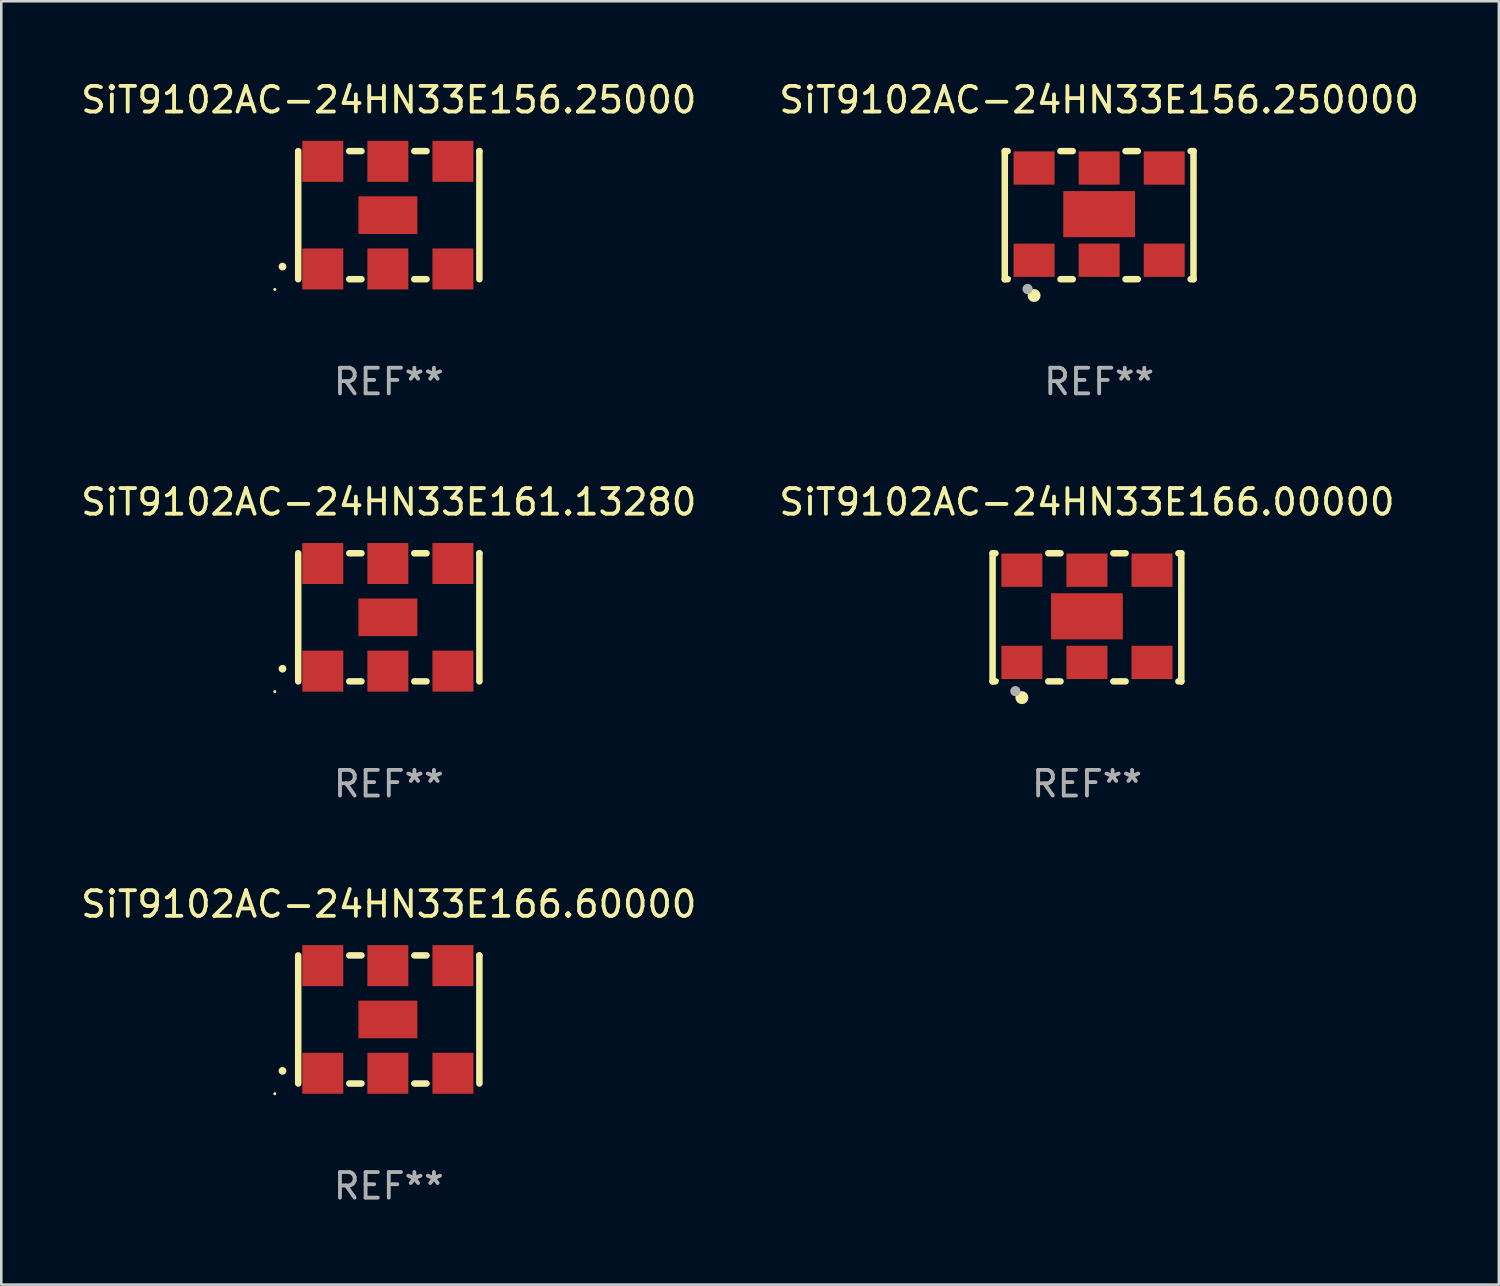
<source format=kicad_pcb>
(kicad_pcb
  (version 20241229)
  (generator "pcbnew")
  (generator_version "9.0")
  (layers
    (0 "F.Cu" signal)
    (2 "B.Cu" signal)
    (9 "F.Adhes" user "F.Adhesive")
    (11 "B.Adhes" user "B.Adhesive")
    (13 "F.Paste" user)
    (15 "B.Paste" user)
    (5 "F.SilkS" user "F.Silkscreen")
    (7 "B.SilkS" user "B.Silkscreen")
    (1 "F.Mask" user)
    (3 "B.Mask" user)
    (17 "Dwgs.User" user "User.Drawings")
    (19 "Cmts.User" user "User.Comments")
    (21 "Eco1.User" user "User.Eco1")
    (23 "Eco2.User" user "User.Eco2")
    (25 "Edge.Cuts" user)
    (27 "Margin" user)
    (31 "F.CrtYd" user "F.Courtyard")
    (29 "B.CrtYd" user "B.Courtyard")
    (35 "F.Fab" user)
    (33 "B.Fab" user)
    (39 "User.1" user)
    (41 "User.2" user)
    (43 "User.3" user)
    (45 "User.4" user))
  (footprint "SiT9102AC-24HN33E156.250000"
    (layer "F.Cu")
    (at 39.851 5.348)
    (property "Reference" "SiT9102AC-24HN33E156.250000" (at 0 -4.5 0) (layer "F.SilkS") (effects (font (size 1 1) (thickness 0.15))))
    (attr through_hole)
    (fp_line (start -3.683 -2.5) (end -3.571 -2.5) (stroke (width 0.254) (type solid)) (layer "F.SilkS"))
    (fp_line (start -3.683 2.5) (end -3.683 -2.5) (stroke (width 0.254) (type solid)) (layer "F.SilkS"))
    (fp_line (start -3.683 2.5) (end -3.571 2.5) (stroke (width 0.254) (type solid)) (layer "F.SilkS"))
    (fp_line (start -1.509 -2.5) (end -1.031 -2.5) (stroke (width 0.254) (type solid)) (layer "F.SilkS"))
    (fp_line (start -1.509 2.5) (end -1.031 2.5) (stroke (width 0.254) (type solid)) (layer "F.SilkS"))
    (fp_line (start 1.031 -2.5) (end 1.509 -2.5) (stroke (width 0.254) (type solid)) (layer "F.SilkS"))
    (fp_line (start 1.031 2.5) (end 1.509 2.5) (stroke (width 0.254) (type solid)) (layer "F.SilkS"))
    (fp_line (start 3.571 -2.5) (end 3.683 -2.5) (stroke (width 0.254) (type solid)) (layer "F.SilkS"))
    (fp_line (start 3.571 2.5) (end 3.683 2.5) (stroke (width 0.254) (type solid)) (layer "F.SilkS"))
    (fp_line (start 3.683 2.5) (end 3.683 -2.5) (stroke (width 0.254) (type solid)) (layer "F.SilkS"))
    (fp_circle (center -3.5 2.46) (end -3.47 2.46) (stroke (width 0.06) (type solid)) (fill no) (layer "F.SilkS"))
    (fp_circle (center -2.54 3.135) (end -2.413 3.135) (stroke (width 0.254) (type solid)) (fill no) (layer "F.SilkS"))
    (fp_circle (center -2.794 2.881) (end -2.694 2.881) (stroke (width 0.2) (type solid)) (fill no) (layer "F.Fab"))
    (fp_text user "REF**" (at 0 6.5 0) (layer "F.Fab") (effects (font (size 1 1) (thickness 0.15))))
    (pad "1" smd rect (at -2.54 1.76) (size 1.6 1.3) (layers "F.Cu" "F.Mask" "F.Paste"))
    (pad "2" smd rect (at 0 1.76) (size 1.6 1.3) (layers "F.Cu" "F.Mask" "F.Paste"))
    (pad "3" smd rect (at 2.54 1.76) (size 1.6 1.3) (layers "F.Cu" "F.Mask" "F.Paste"))
    (pad "4" smd rect (at 2.54 -1.84) (size 1.6 1.3) (layers "F.Cu" "F.Mask" "F.Paste"))
    (pad "5" smd rect (at 0 -1.84) (size 1.6 1.3) (layers "F.Cu" "F.Mask" "F.Paste"))
    (pad "6" smd rect (at -2.54 -1.84) (size 1.6 1.3) (layers "F.Cu" "F.Mask" "F.Paste"))
    (pad "7" smd rect (at 0 -0.04) (size 2.8 1.8) (layers "F.Cu" "F.Mask" "F.Paste")))
  (footprint "SiT9102AC-24HN33E161.13280"
    (layer "F.Cu")
    (at 12.125 21.045)
    (property "Reference" "SiT9102AC-24HN33E161.13280" (at 0 -4.5 0) (layer "F.SilkS") (effects (font (size 1 1) (thickness 0.15))))
    (attr through_hole)
    (fp_line (start -3.536 -2.5) (end -3.536 2.5) (stroke (width 0.254) (type solid)) (layer "F.SilkS"))
    (fp_line (start -1.544 2.5) (end -1.067 2.5) (stroke (width 0.254) (type solid)) (layer "F.SilkS"))
    (fp_line (start -1.067 -2.5) (end -1.544 -2.5) (stroke (width 0.254) (type solid)) (layer "F.SilkS"))
    (fp_line (start 0.996 2.5) (end 1.473 2.5) (stroke (width 0.254) (type solid)) (layer "F.SilkS"))
    (fp_line (start 1.473 -2.5) (end 0.996 -2.5) (stroke (width 0.254) (type solid)) (layer "F.SilkS"))
    (fp_line (start 3.536 -2.5) (end 3.536 -2.5) (stroke (width 0.254) (type solid)) (layer "F.SilkS"))
    (fp_line (start 3.536 2.5) (end 3.536 -2.5) (stroke (width 0.254) (type solid)) (layer "F.SilkS"))
    (fp_arc (start -4.150432 2.006604) (mid -4.149162 2.006599) (end -4.147892 2.006604) (stroke (width 0.3) (type solid)) (layer "F.SilkS"))
    (fp_circle (center -4.449 2.9) (end -4.419 2.9) (stroke (width 0.06) (type solid)) (fill no) (layer "F.SilkS"))
    (fp_text user "REF**" (at 0 6.5 0) (layer "F.Fab") (effects (font (size 1 1) (thickness 0.15))))
    (pad "1" smd rect (at -2.576 2.1) (size 1.6 1.6) (layers "F.Cu" "F.Mask" "F.Paste"))
    (pad "2" smd rect (at -0.036 2.1) (size 1.6 1.6) (layers "F.Cu" "F.Mask" "F.Paste"))
    (pad "3" smd rect (at 2.504 2.1) (size 1.6 1.6) (layers "F.Cu" "F.Mask" "F.Paste"))
    (pad "4" smd rect (at 2.504 -2.1) (size 1.6 1.6) (layers "F.Cu" "F.Mask" "F.Paste"))
    (pad "5" smd rect (at -0.036 -2.1) (size 1.6 1.6) (layers "F.Cu" "F.Mask" "F.Paste"))
    (pad "6" smd rect (at -2.576 -2.1) (size 1.6 1.6) (layers "F.Cu" "F.Mask" "F.Paste"))
    (pad "7" smd rect (at -0.036 0) (size 2.3 1.47) (layers "F.Cu" "F.Mask" "F.Paste")))
  (footprint "SiT9102AC-24HN33E166.00000"
    (layer "F.Cu")
    (at 39.375 21.045)
    (property "Reference" "SiT9102AC-24HN33E166.00000" (at 0 -4.5 0) (layer "F.SilkS") (effects (font (size 1 1) (thickness 0.15))))
    (attr through_hole)
    (fp_line (start -3.683 -2.5) (end -3.571 -2.5) (stroke (width 0.254) (type solid)) (layer "F.SilkS"))
    (fp_line (start -3.683 2.5) (end -3.683 -2.5) (stroke (width 0.254) (type solid)) (layer "F.SilkS"))
    (fp_line (start -3.683 2.5) (end -3.571 2.5) (stroke (width 0.254) (type solid)) (layer "F.SilkS"))
    (fp_line (start -1.509 -2.5) (end -1.031 -2.5) (stroke (width 0.254) (type solid)) (layer "F.SilkS"))
    (fp_line (start -1.509 2.5) (end -1.031 2.5) (stroke (width 0.254) (type solid)) (layer "F.SilkS"))
    (fp_line (start 1.031 -2.5) (end 1.509 -2.5) (stroke (width 0.254) (type solid)) (layer "F.SilkS"))
    (fp_line (start 1.031 2.5) (end 1.509 2.5) (stroke (width 0.254) (type solid)) (layer "F.SilkS"))
    (fp_line (start 3.571 -2.5) (end 3.683 -2.5) (stroke (width 0.254) (type solid)) (layer "F.SilkS"))
    (fp_line (start 3.571 2.5) (end 3.683 2.5) (stroke (width 0.254) (type solid)) (layer "F.SilkS"))
    (fp_line (start 3.683 2.5) (end 3.683 -2.5) (stroke (width 0.254) (type solid)) (layer "F.SilkS"))
    (fp_circle (center -3.5 2.46) (end -3.47 2.46) (stroke (width 0.06) (type solid)) (fill no) (layer "F.SilkS"))
    (fp_circle (center -2.54 3.135) (end -2.413 3.135) (stroke (width 0.254) (type solid)) (fill no) (layer "F.SilkS"))
    (fp_circle (center -2.794 2.881) (end -2.694 2.881) (stroke (width 0.2) (type solid)) (fill no) (layer "F.Fab"))
    (fp_text user "REF**" (at 0 6.5 0) (layer "F.Fab") (effects (font (size 1 1) (thickness 0.15))))
    (pad "1" smd rect (at -2.54 1.76) (size 1.6 1.3) (layers "F.Cu" "F.Mask" "F.Paste"))
    (pad "2" smd rect (at 0 1.76) (size 1.6 1.3) (layers "F.Cu" "F.Mask" "F.Paste"))
    (pad "3" smd rect (at 2.54 1.76) (size 1.6 1.3) (layers "F.Cu" "F.Mask" "F.Paste"))
    (pad "4" smd rect (at 2.54 -1.84) (size 1.6 1.3) (layers "F.Cu" "F.Mask" "F.Paste"))
    (pad "5" smd rect (at 0 -1.84) (size 1.6 1.3) (layers "F.Cu" "F.Mask" "F.Paste"))
    (pad "6" smd rect (at -2.54 -1.84) (size 1.6 1.3) (layers "F.Cu" "F.Mask" "F.Paste"))
    (pad "7" smd rect (at 0 -0.04) (size 2.8 1.8) (layers "F.Cu" "F.Mask" "F.Paste")))
  (footprint "SiT9102AC-24HN33E156.25000"
    (layer "F.Cu")
    (at 12.125 5.348)
    (property "Reference" "SiT9102AC-24HN33E156.25000" (at 0 -4.5 0) (layer "F.SilkS") (effects (font (size 1 1) (thickness 0.15))))
    (attr through_hole)
    (fp_line (start -3.536 -2.5) (end -3.536 2.5) (stroke (width 0.254) (type solid)) (layer "F.SilkS"))
    (fp_line (start -1.544 2.5) (end -1.067 2.5) (stroke (width 0.254) (type solid)) (layer "F.SilkS"))
    (fp_line (start -1.067 -2.5) (end -1.544 -2.5) (stroke (width 0.254) (type solid)) (layer "F.SilkS"))
    (fp_line (start 0.996 2.5) (end 1.473 2.5) (stroke (width 0.254) (type solid)) (layer "F.SilkS"))
    (fp_line (start 1.473 -2.5) (end 0.996 -2.5) (stroke (width 0.254) (type solid)) (layer "F.SilkS"))
    (fp_line (start 3.536 -2.5) (end 3.536 -2.5) (stroke (width 0.254) (type solid)) (layer "F.SilkS"))
    (fp_line (start 3.536 2.5) (end 3.536 -2.5) (stroke (width 0.254) (type solid)) (layer "F.SilkS"))
    (fp_arc (start -4.150432 2.006604) (mid -4.149162 2.006599) (end -4.147892 2.006604) (stroke (width 0.3) (type solid)) (layer "F.SilkS"))
    (fp_circle (center -4.449 2.9) (end -4.419 2.9) (stroke (width 0.06) (type solid)) (fill no) (layer "F.SilkS"))
    (fp_text user "REF**" (at 0 6.5 0) (layer "F.Fab") (effects (font (size 1 1) (thickness 0.15))))
    (pad "1" smd rect (at -2.576 2.1) (size 1.6 1.6) (layers "F.Cu" "F.Mask" "F.Paste"))
    (pad "2" smd rect (at -0.036 2.1) (size 1.6 1.6) (layers "F.Cu" "F.Mask" "F.Paste"))
    (pad "3" smd rect (at 2.504 2.1) (size 1.6 1.6) (layers "F.Cu" "F.Mask" "F.Paste"))
    (pad "4" smd rect (at 2.504 -2.1) (size 1.6 1.6) (layers "F.Cu" "F.Mask" "F.Paste"))
    (pad "5" smd rect (at -0.036 -2.1) (size 1.6 1.6) (layers "F.Cu" "F.Mask" "F.Paste"))
    (pad "6" smd rect (at -2.576 -2.1) (size 1.6 1.6) (layers "F.Cu" "F.Mask" "F.Paste"))
    (pad "7" smd rect (at -0.036 0) (size 2.3 1.47) (layers "F.Cu" "F.Mask" "F.Paste")))
  (footprint "SiT9102AC-24HN33E166.60000"
    (layer "F.Cu")
    (at 12.125 36.741)
    (property "Reference" "SiT9102AC-24HN33E166.60000" (at 0 -4.5 0) (layer "F.SilkS") (effects (font (size 1 1) (thickness 0.15))))
    (attr through_hole)
    (fp_line (start -3.536 -2.5) (end -3.536 2.5) (stroke (width 0.254) (type solid)) (layer "F.SilkS"))
    (fp_line (start -1.544 2.5) (end -1.067 2.5) (stroke (width 0.254) (type solid)) (layer "F.SilkS"))
    (fp_line (start -1.067 -2.5) (end -1.544 -2.5) (stroke (width 0.254) (type solid)) (layer "F.SilkS"))
    (fp_line (start 0.996 2.5) (end 1.473 2.5) (stroke (width 0.254) (type solid)) (layer "F.SilkS"))
    (fp_line (start 1.473 -2.5) (end 0.996 -2.5) (stroke (width 0.254) (type solid)) (layer "F.SilkS"))
    (fp_line (start 3.536 -2.5) (end 3.536 -2.5) (stroke (width 0.254) (type solid)) (layer "F.SilkS"))
    (fp_line (start 3.536 2.5) (end 3.536 -2.5) (stroke (width 0.254) (type solid)) (layer "F.SilkS"))
    (fp_arc (start -4.150432 2.006604) (mid -4.149162 2.006599) (end -4.147892 2.006604) (stroke (width 0.3) (type solid)) (layer "F.SilkS"))
    (fp_circle (center -4.449 2.9) (end -4.419 2.9) (stroke (width 0.06) (type solid)) (fill no) (layer "F.SilkS"))
    (fp_text user "REF**" (at 0 6.5 0) (layer "F.Fab") (effects (font (size 1 1) (thickness 0.15))))
    (pad "1" smd rect (at -2.576 2.1) (size 1.6 1.6) (layers "F.Cu" "F.Mask" "F.Paste"))
    (pad "2" smd rect (at -0.036 2.1) (size 1.6 1.6) (layers "F.Cu" "F.Mask" "F.Paste"))
    (pad "3" smd rect (at 2.504 2.1) (size 1.6 1.6) (layers "F.Cu" "F.Mask" "F.Paste"))
    (pad "4" smd rect (at 2.504 -2.1) (size 1.6 1.6) (layers "F.Cu" "F.Mask" "F.Paste"))
    (pad "5" smd rect (at -0.036 -2.1) (size 1.6 1.6) (layers "F.Cu" "F.Mask" "F.Paste"))
    (pad "6" smd rect (at -2.576 -2.1) (size 1.6 1.6) (layers "F.Cu" "F.Mask" "F.Paste"))
    (pad "7" smd rect (at -0.036 0) (size 2.3 1.47) (layers "F.Cu" "F.Mask" "F.Paste")))
  (gr_rect
    (start -3 -3)
    (end 55.452 47.09)
    (stroke (width 0.1) (type default))
    (fill no)
    (layer "Edge.Cuts")))
</source>
